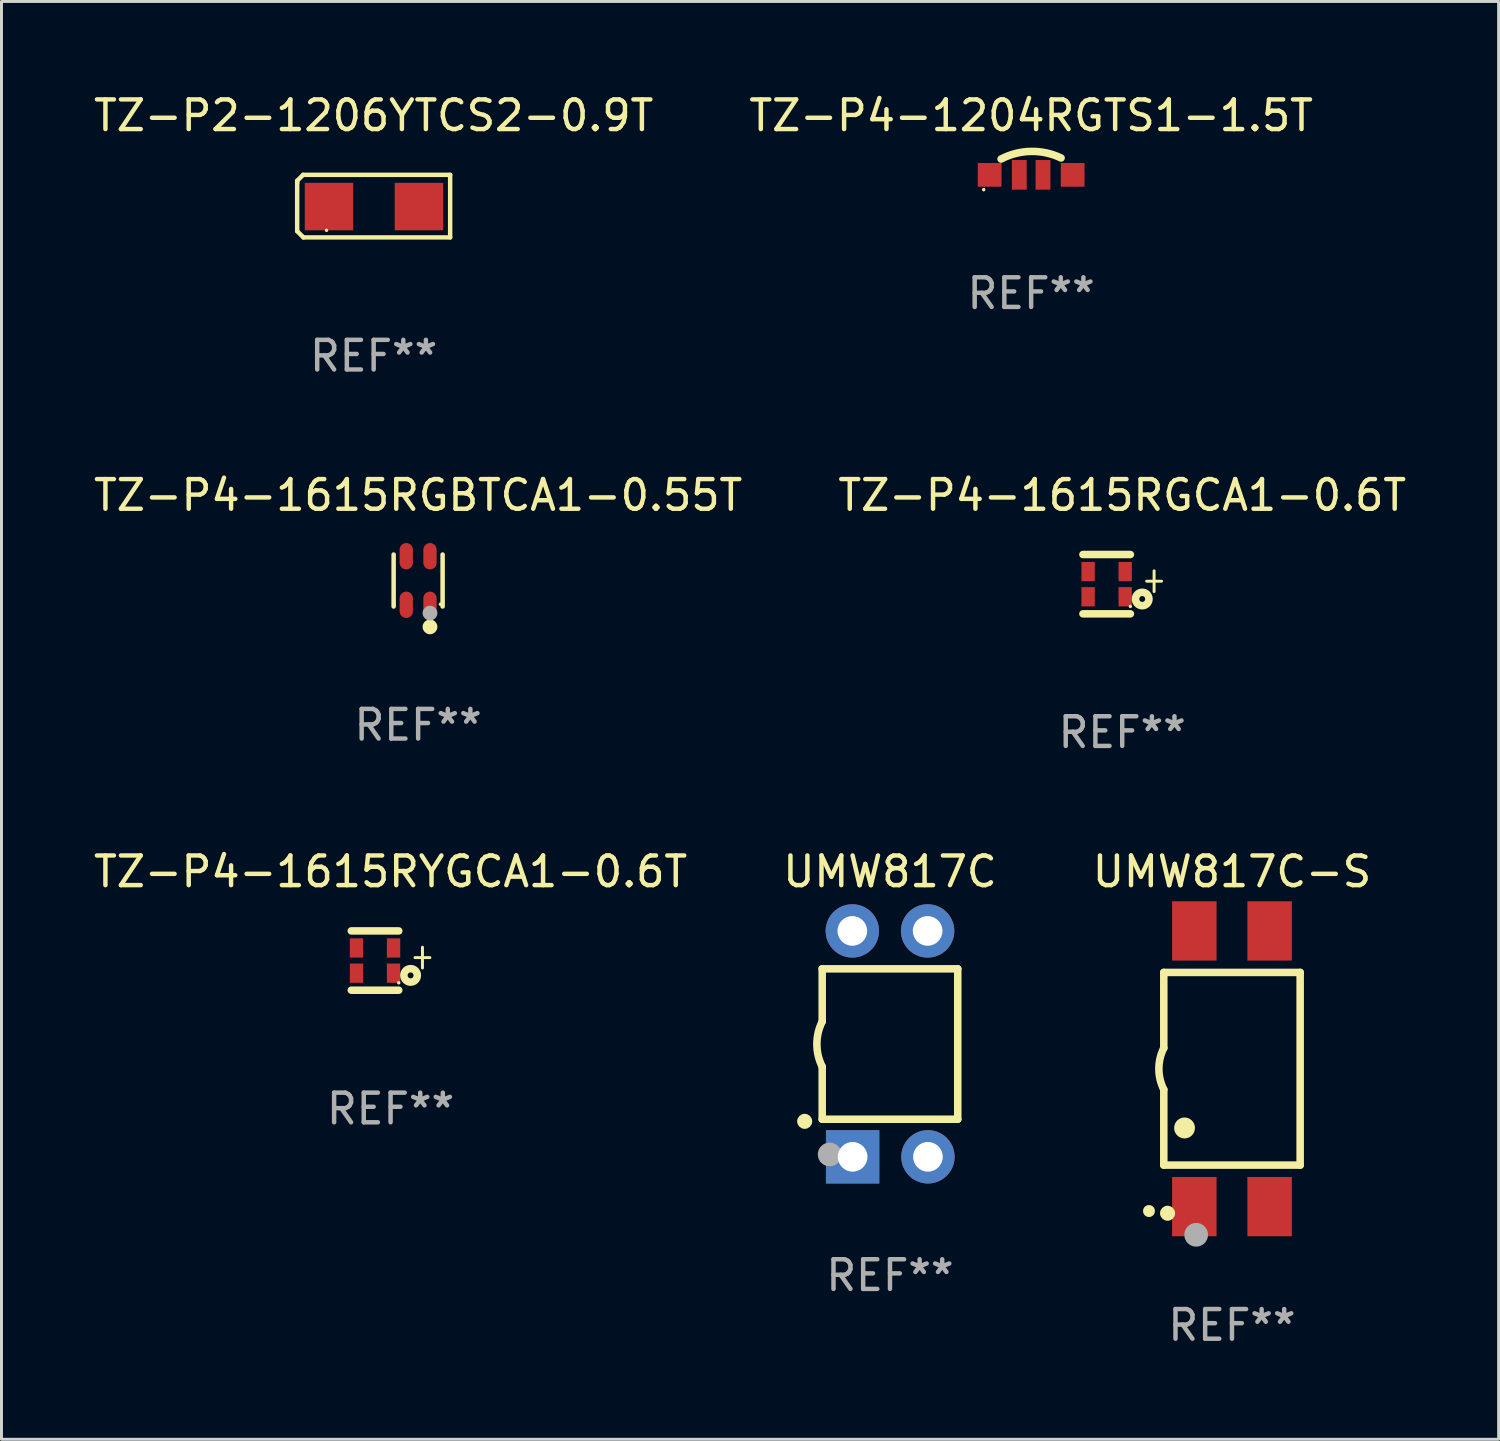
<source format=kicad_pcb>
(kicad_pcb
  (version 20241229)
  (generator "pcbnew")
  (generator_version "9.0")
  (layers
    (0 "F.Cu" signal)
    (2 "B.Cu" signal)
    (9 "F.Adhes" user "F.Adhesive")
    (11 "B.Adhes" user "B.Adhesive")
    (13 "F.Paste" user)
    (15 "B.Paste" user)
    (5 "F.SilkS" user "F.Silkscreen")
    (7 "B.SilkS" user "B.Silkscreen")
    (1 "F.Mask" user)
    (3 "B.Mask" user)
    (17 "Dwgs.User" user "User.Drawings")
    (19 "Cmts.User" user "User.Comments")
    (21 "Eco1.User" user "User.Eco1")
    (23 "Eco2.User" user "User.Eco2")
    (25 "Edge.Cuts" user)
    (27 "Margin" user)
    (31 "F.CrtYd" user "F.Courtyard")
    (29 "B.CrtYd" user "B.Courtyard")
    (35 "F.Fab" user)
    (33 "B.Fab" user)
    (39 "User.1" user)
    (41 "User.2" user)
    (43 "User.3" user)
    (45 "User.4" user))
  (footprint "TZ-P4-1615RGCA1-0.6T"
    (layer "F.Cu")
    (at 34.804 16.655)
    (property "Reference" "TZ-P4-1615RGCA1-0.6T" (at 0 -3 0) (layer "F.SilkS") (effects (font (size 1 1) (thickness 0.15))))
    (attr through_hole)
    (fp_line (start -1.325 -1) (end 0.275 -1) (stroke (width 0.254) (type solid)) (layer "F.SilkS"))
    (fp_line (start -1.325 1) (end 0.275 1) (stroke (width 0.254) (type solid)) (layer "F.SilkS"))
    (fp_line (start 0.825 -0.1) (end 1.325 -0.1) (stroke (width 0.1) (type solid)) (layer "F.SilkS"))
    (fp_line (start 1.075 -0.45) (end 1.075 0.25) (stroke (width 0.1) (type solid)) (layer "F.SilkS"))
    (fp_circle (center 0.275 0.75) (end 0.305 0.75) (stroke (width 0.06) (type solid)) (fill no) (layer "F.SilkS"))
    (fp_circle (center 0.675 0.5) (end 0.775 0.5) (stroke (width 0.254) (type solid)) (fill no) (layer "F.SilkS"))
    (fp_text user "REF**" (at 0 5 0) (layer "F.Fab") (effects (font (size 1 1) (thickness 0.15))))
    (pad "1" smd rect (at 0.1 0.425 180) (size 0.45 0.65) (layers "F.Cu" "F.Mask" "F.Paste"))
    (pad "2" smd rect (at -1.15 0.425 180) (size 0.45 0.65) (layers "F.Cu" "F.Mask" "F.Paste"))
    (pad "3" smd rect (at 0.1 -0.425 180) (size 0.45 0.65) (layers "F.Cu" "F.Mask" "F.Paste"))
    (pad "4" smd rect (at -1.15 -0.425 180) (size 0.45 0.65) (layers "F.Cu" "F.Mask" "F.Paste")))
  (footprint "TZ-P2-1206YTCS2-0.9T"
    (layer "F.Cu")
    (at 9.554 3.903)
    (property "Reference" "TZ-P2-1206YTCS2-0.9T" (at 0 -3.055 0) (layer "F.SilkS") (effects (font (size 1 1) (thickness 0.15))))
    (attr through_hole)
    (fp_line (start -2.58 -0.855) (end -2.38 -1.055) (stroke (width 0.15) (type solid)) (layer "F.SilkS"))
    (fp_line (start -2.58 -0.775) (end -2.58 -0.855) (stroke (width 0.15) (type solid)) (layer "F.SilkS"))
    (fp_line (start -2.58 -0.775) (end -2.58 0.845) (stroke (width 0.15) (type solid)) (layer "F.SilkS"))
    (fp_line (start -2.58 0.845) (end -2.37 1.055) (stroke (width 0.15) (type solid)) (layer "F.SilkS"))
    (fp_line (start -2.38 -1.055) (end 2.58 -1.055) (stroke (width 0.15) (type solid)) (layer "F.SilkS"))
    (fp_line (start 2.58 -1.055) (end 2.58 1.055) (stroke (width 0.15) (type solid)) (layer "F.SilkS"))
    (fp_line (start 2.58 1.055) (end -2.37 1.055) (stroke (width 0.15) (type solid)) (layer "F.SilkS"))
    (fp_circle (center -1.59 0.815) (end -1.56 0.815) (stroke (width 0.06) (type solid)) (fill no) (layer "F.SilkS"))
    (fp_text user "REF**" (at 0 5.055 0) (layer "F.Fab") (effects (font (size 1 1) (thickness 0.15))))
    (pad "1" smd rect (at -1.507 0.015) (size 1.635 1.6) (layers "F.Cu" "F.Mask" "F.Paste"))
    (pad "2" smd rect (at 1.527 0.015) (size 1.635 1.6) (layers "F.Cu" "F.Mask" "F.Paste")))
  (footprint "UMW817C-S"
    (layer "F.Cu")
    (at 38.506 33.001)
    (property "Reference" "UMW817C-S" (at 0 -6.65 0) (layer "F.SilkS") (effects (font (size 1 1) (thickness 0.15))))
    (attr through_hole)
    (fp_line (start -2.3 -3.25) (end -2.3 -0.7) (stroke (width 0.254) (type solid)) (layer "F.SilkS"))
    (fp_line (start -2.3 -3.25) (end 2.3 -3.25) (stroke (width 0.254) (type solid)) (layer "F.SilkS"))
    (fp_line (start -2.3 3.25) (end -2.3 0.7) (stroke (width 0.254) (type solid)) (layer "F.SilkS"))
    (fp_line (start 2.3 -3.25) (end 2.3 3.25) (stroke (width 0.254) (type solid)) (layer "F.SilkS"))
    (fp_line (start 2.3 3.25) (end -2.3 3.25) (stroke (width 0.254) (type solid)) (layer "F.SilkS"))
    (fp_arc (start -2.800013 4.800025) (mid -2.800017 4.798755) (end -2.800013 4.797485) (stroke (width 0.4) (type solid)) (layer "F.SilkS"))
    (fp_arc (start -2.300928 0.701041) (mid -2.465983 0.000425) (end -2.300013 -0.699975) (stroke (width 0.254001) (type solid)) (layer "F.SilkS"))
    (fp_arc (start -1.600216 1.999009) (mid -1.600225 1.996469) (end -1.600216 1.993929) (stroke (width 0.700003) (type solid)) (layer "F.SilkS"))
    (fp_circle (center -2.173 4.873) (end -2.046 4.873) (stroke (width 0.254) (type solid)) (fill no) (layer "F.SilkS"))
    (fp_circle (center -1.208 5.6) (end -1.008 5.6) (stroke (width 0.4) (type solid)) (fill no) (layer "F.Fab"))
    (fp_text user "REF**" (at 0 8.65 0) (layer "F.Fab") (effects (font (size 1 1) (thickness 0.15))))
    (pad "1" smd rect (at -1.27 4.65 180) (size 1.5 2) (layers "F.Cu" "F.Mask" "F.Paste"))
    (pad "2" smd rect (at 1.27 4.65 180) (size 1.5 2) (layers "F.Cu" "F.Mask" "F.Paste"))
    (pad "3" smd rect (at 1.27 -4.65 180) (size 1.5 2) (layers "F.Cu" "F.Mask" "F.Paste"))
    (pad "4" smd rect (at -1.27 -4.65 180) (size 1.5 2) (layers "F.Cu" "F.Mask" "F.Paste")))
  (footprint "TZ-P4-1204RGTS1-1.5T"
    (layer "F.Cu")
    (at 31.732 2.848)
    (property "Reference" "TZ-P4-1204RGTS1-1.5T" (at 0 -2 0) (layer "F.SilkS") (effects (font (size 1 1) (thickness 0.15))))
    (attr through_hole)
    (fp_arc (start -1.014097 -0.533706) (mid -0.006533 -0.791079) (end 1.009551 -0.569723) (stroke (width 0.254001) (type solid)) (layer "F.SilkS"))
    (fp_circle (center -1.6 0.5) (end -1.57 0.5) (stroke (width 0.06) (type solid)) (fill no) (layer "F.SilkS"))
    (fp_text user "REF**" (at 0 4 0) (layer "F.Fab") (effects (font (size 1 1) (thickness 0.15))))
    (pad "1" smd rect (at -0.4 0) (size 0.5 1) (layers "F.Cu" "F.Mask" "F.Paste"))
    (pad "2" smd rect (at 0.4 0) (size 0.5 1) (layers "F.Cu" "F.Mask" "F.Paste"))
    (pad "3" smd rect (at -1.4 0) (size 0.8 0.8) (layers "F.Cu" "F.Mask" "F.Paste"))
    (pad "4" smd rect (at 1.4 0) (size 0.8 0.8) (layers "F.Cu" "F.Mask" "F.Paste")))
  (footprint "UMW817C"
    (layer "F.Cu")
    (at 26.97 32.161)
    (property "Reference" "UMW817C" (at 0 -5.81 0) (layer "F.SilkS") (effects (font (size 1 1) (thickness 0.15))))
    (attr through_hole)
    (fp_line (start -2.286 -2.532) (end -2.286 -0.754) (stroke (width 0.254) (type solid)) (layer "F.SilkS"))
    (fp_line (start -2.286 -2.532) (end 2.286 -2.532) (stroke (width 0.254) (type solid)) (layer "F.SilkS"))
    (fp_line (start -2.286 0.77) (end -2.286 2.542) (stroke (width 0.254) (type solid)) (layer "F.SilkS"))
    (fp_line (start -2.286 2.542) (end 2.286 2.542) (stroke (width 0.254) (type solid)) (layer "F.SilkS"))
    (fp_line (start 2.286 -2.532) (end 2.286 2.542) (stroke (width 0.254) (type solid)) (layer "F.SilkS"))
    (fp_arc (start -2.286005 0.769952) (mid -2.465889 0.00795) (end -2.286005 -0.754051) (stroke (width 0.254001) (type solid)) (layer "F.SilkS"))
    (fp_circle (center -2.877 2.613) (end -2.75 2.613) (stroke (width 0.254) (type solid)) (fill no) (layer "F.SilkS"))
    (fp_circle (center -2.29 3.935) (end -2.26 3.935) (stroke (width 0.06) (type solid)) (fill no) (layer "F.SilkS"))
    (fp_circle (center -2.035 3.73) (end -1.835 3.73) (stroke (width 0.4) (type solid)) (fill no) (layer "F.Fab"))
    (fp_text user "REF**" (at 0 7.81 0) (layer "F.Fab") (effects (font (size 1 1) (thickness 0.15))))
    (pad "1" thru_hole rect (at -1.26 3.81 180) (size 1.8 1.8) (drill 1) (layers "*.Cu" "*.Mask"))
    (pad "2" thru_hole circle (at 1.28 3.81) (size 1.8 1.8) (drill 1) (layers "*.Cu" "*.Mask"))
    (pad "3" thru_hole circle (at 1.27 -3.81) (size 1.8 1.8) (drill 1) (layers "*.Cu" "*.Mask"))
    (pad "4" thru_hole circle (at -1.27 -3.81) (size 1.8 1.8) (drill 1) (layers "*.Cu" "*.Mask")))
  (footprint "TZ-P4-1615RYGCA1-0.6T"
    (layer "F.Cu")
    (at 10.125 29.351)
    (property "Reference" "TZ-P4-1615RYGCA1-0.6T" (at 0 -3 0) (layer "F.SilkS") (effects (font (size 1 1) (thickness 0.15))))
    (attr through_hole)
    (fp_line (start -1.325 -1) (end 0.275 -1) (stroke (width 0.254) (type solid)) (layer "F.SilkS"))
    (fp_line (start -1.325 1) (end 0.275 1) (stroke (width 0.254) (type solid)) (layer "F.SilkS"))
    (fp_line (start 0.825 -0.1) (end 1.325 -0.1) (stroke (width 0.1) (type solid)) (layer "F.SilkS"))
    (fp_line (start 1.075 -0.45) (end 1.075 0.25) (stroke (width 0.1) (type solid)) (layer "F.SilkS"))
    (fp_circle (center 0.275 0.75) (end 0.305 0.75) (stroke (width 0.06) (type solid)) (fill no) (layer "F.SilkS"))
    (fp_circle (center 0.675 0.5) (end 0.775 0.5) (stroke (width 0.254) (type solid)) (fill no) (layer "F.SilkS"))
    (fp_text user "REF**" (at 0 5 0) (layer "F.Fab") (effects (font (size 1 1) (thickness 0.15))))
    (pad "1" smd rect (at 0.1 0.425 180) (size 0.45 0.65) (layers "F.Cu" "F.Mask" "F.Paste"))
    (pad "2" smd rect (at -1.15 0.425 180) (size 0.45 0.65) (layers "F.Cu" "F.Mask" "F.Paste"))
    (pad "3" smd rect (at 0.1 -0.425 180) (size 0.45 0.65) (layers "F.Cu" "F.Mask" "F.Paste"))
    (pad "4" smd rect (at -1.15 -0.425 180) (size 0.45 0.65) (layers "F.Cu" "F.Mask" "F.Paste")))
  (footprint "TZ-P4-1615RGBTCA1-0.55T"
    (layer "F.Cu")
    (at 11.054 16.531)
    (property "Reference" "TZ-P4-1615RGBTCA1-0.55T" (at 0 -2.876 0) (layer "F.SilkS") (effects (font (size 1 1) (thickness 0.15))))
    (attr through_hole)
    (fp_line (start -0.826 0.876) (end -0.826 -0.876) (stroke (width 0.152) (type solid)) (layer "F.SilkS"))
    (fp_line (start 0.826 0.876) (end 0.826 -0.876) (stroke (width 0.152) (type solid)) (layer "F.SilkS"))
    (fp_circle (center 0.4 1.564) (end 0.525 1.564) (stroke (width 0.25) (type solid)) (fill no) (layer "F.SilkS"))
    (fp_circle (center 0.75 0.8) (end 0.78 0.8) (stroke (width 0.06) (type solid)) (fill no) (layer "F.SilkS"))
    (fp_circle (center 0.4 1.1) (end 0.525 1.1) (stroke (width 0.25) (type solid)) (fill no) (layer "F.Fab"))
    (fp_text user "REF**" (at 0 4.876 0) (layer "F.Fab") (effects (font (size 1 1) (thickness 0.15))))
    (pad "1" smd oval (at 0.4 0.819) (size 0.448 0.889) (layers "F.Cu" "F.Mask" "F.Paste"))
    (pad "2" smd oval (at -0.4 0.819) (size 0.448 0.889) (layers "F.Cu" "F.Mask" "F.Paste"))
    (pad "3" smd oval (at -0.4 -0.819) (size 0.448 0.889) (layers "F.Cu" "F.Mask" "F.Paste"))
    (pad "4" smd oval (at 0.4 -0.819) (size 0.448 0.889) (layers "F.Cu" "F.Mask" "F.Paste")))
  (gr_rect
    (start -3 -3)
    (end 47.5 45.499)
    (stroke (width 0.1) (type default))
    (fill no)
    (layer "Edge.Cuts")))
</source>
